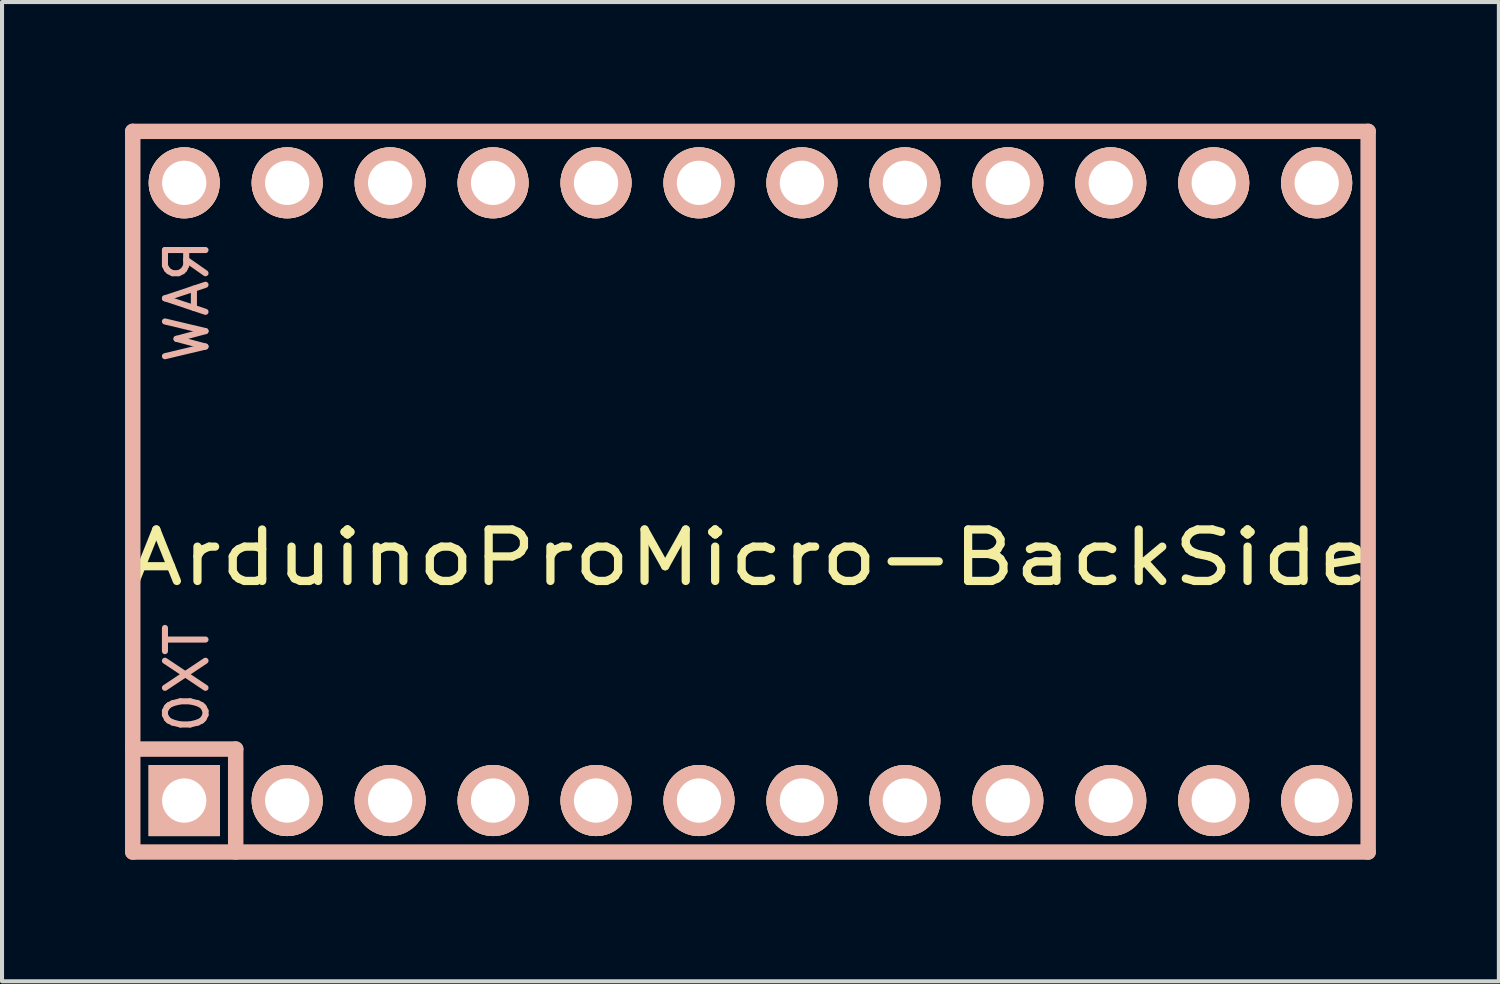
<source format=kicad_pcb>
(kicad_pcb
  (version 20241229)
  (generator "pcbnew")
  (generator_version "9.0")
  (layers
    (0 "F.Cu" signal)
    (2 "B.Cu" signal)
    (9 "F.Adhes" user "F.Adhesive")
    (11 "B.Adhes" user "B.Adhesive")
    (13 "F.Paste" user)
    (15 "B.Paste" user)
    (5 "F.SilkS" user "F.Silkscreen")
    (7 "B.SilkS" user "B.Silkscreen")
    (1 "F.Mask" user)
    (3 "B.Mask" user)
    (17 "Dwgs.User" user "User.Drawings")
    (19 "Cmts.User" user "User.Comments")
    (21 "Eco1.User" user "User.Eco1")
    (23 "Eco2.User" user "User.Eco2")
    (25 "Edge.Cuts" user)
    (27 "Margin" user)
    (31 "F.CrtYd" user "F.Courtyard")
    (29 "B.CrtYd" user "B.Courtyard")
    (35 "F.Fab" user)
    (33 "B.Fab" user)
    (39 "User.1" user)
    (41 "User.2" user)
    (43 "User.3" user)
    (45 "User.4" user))
  (footprint "ArduinoProMicro-BackSide"
    (layer "F.Cu")
    (at 15.465 9.081)
    (property "Reference" "ArduinoProMicro-BackSide" (at 0 1.625 0) (layer "F.SilkS") (effects (font (size 1.27 1.524) (thickness 0.203))))
    (attr through_hole)
    (fp_line (start -15.24 -8.89) (end -15.24 8.89) (stroke (width 0.381) (type solid)) (layer "B.SilkS"))
    (fp_line (start -15.24 6.35) (end -12.7 6.35) (stroke (width 0.381) (type solid)) (layer "B.SilkS"))
    (fp_line (start -15.24 8.89) (end 15.24 8.89) (stroke (width 0.381) (type solid)) (layer "B.SilkS"))
    (fp_line (start -12.7 6.35) (end -12.7 8.89) (stroke (width 0.381) (type solid)) (layer "B.SilkS"))
    (fp_line (start 15.24 -8.89) (end -15.24 -8.89) (stroke (width 0.381) (type solid)) (layer "B.SilkS"))
    (fp_line (start 15.24 8.89) (end 15.24 -8.89) (stroke (width 0.381) (type solid)) (layer "B.SilkS"))
    (fp_text user "TX0" (at -13.9 4.6 90) (layer "B.SilkS") (effects (font (size 1 1) (thickness 0.15)) (justify mirror)))
    (fp_text user "RAW" (at -13.9 -4.7 90) (layer "B.SilkS") (effects (font (size 1 1) (thickness 0.15)) (justify mirror)))
    (pad "1" thru_hole rect (at -13.97 7.62) (size 1.753 1.753) (drill 1.092) (layers "*.Cu" "*.SilkS" "*.Mask"))
    (pad "2" thru_hole circle (at -11.43 7.62) (size 1.753 1.753) (drill 1.092) (layers "*.Cu" "*.SilkS" "*.Mask"))
    (pad "3" thru_hole circle (at -8.89 7.62) (size 1.753 1.753) (drill 1.092) (layers "*.Cu" "*.SilkS" "*.Mask"))
    (pad "4" thru_hole circle (at -6.35 7.62) (size 1.753 1.753) (drill 1.092) (layers "*.Cu" "*.SilkS" "*.Mask"))
    (pad "5" thru_hole circle (at -3.81 7.62) (size 1.753 1.753) (drill 1.092) (layers "*.Cu" "*.SilkS" "*.Mask"))
    (pad "6" thru_hole circle (at -1.27 7.62) (size 1.753 1.753) (drill 1.092) (layers "*.Cu" "*.SilkS" "*.Mask"))
    (pad "7" thru_hole circle (at 1.27 7.62) (size 1.753 1.753) (drill 1.092) (layers "*.Cu" "*.SilkS" "*.Mask"))
    (pad "8" thru_hole circle (at 3.81 7.62) (size 1.753 1.753) (drill 1.092) (layers "*.Cu" "*.SilkS" "*.Mask"))
    (pad "9" thru_hole circle (at 6.35 7.62) (size 1.753 1.753) (drill 1.092) (layers "*.Cu" "*.SilkS" "*.Mask"))
    (pad "10" thru_hole circle (at 8.89 7.62) (size 1.753 1.753) (drill 1.092) (layers "*.Cu" "*.SilkS" "*.Mask"))
    (pad "11" thru_hole circle (at 11.43 7.62) (size 1.753 1.753) (drill 1.092) (layers "*.Cu" "*.SilkS" "*.Mask"))
    (pad "12" thru_hole circle (at 13.97 7.62) (size 1.753 1.753) (drill 1.092) (layers "*.Cu" "*.SilkS" "*.Mask"))
    (pad "13" thru_hole circle (at 13.97 -7.62) (size 1.753 1.753) (drill 1.092) (layers "*.Cu" "*.SilkS" "*.Mask"))
    (pad "14" thru_hole circle (at 11.43 -7.62) (size 1.753 1.753) (drill 1.092) (layers "*.Cu" "*.SilkS" "*.Mask"))
    (pad "15" thru_hole circle (at 8.89 -7.62) (size 1.753 1.753) (drill 1.092) (layers "*.Cu" "*.SilkS" "*.Mask"))
    (pad "16" thru_hole circle (at 6.35 -7.62) (size 1.753 1.753) (drill 1.092) (layers "*.Cu" "*.SilkS" "*.Mask"))
    (pad "17" thru_hole circle (at 3.81 -7.62) (size 1.753 1.753) (drill 1.092) (layers "*.Cu" "*.SilkS" "*.Mask"))
    (pad "18" thru_hole circle (at 1.27 -7.62) (size 1.753 1.753) (drill 1.092) (layers "*.Cu" "*.SilkS" "*.Mask"))
    (pad "19" thru_hole circle (at -1.27 -7.62) (size 1.753 1.753) (drill 1.092) (layers "*.Cu" "*.SilkS" "*.Mask"))
    (pad "20" thru_hole circle (at -3.81 -7.62) (size 1.753 1.753) (drill 1.092) (layers "*.Cu" "*.SilkS" "*.Mask"))
    (pad "21" thru_hole circle (at -6.35 -7.62) (size 1.753 1.753) (drill 1.092) (layers "*.Cu" "*.SilkS" "*.Mask"))
    (pad "22" thru_hole circle (at -8.89 -7.62) (size 1.753 1.753) (drill 1.092) (layers "*.Cu" "*.SilkS" "*.Mask"))
    (pad "23" thru_hole circle (at -11.43 -7.62) (size 1.753 1.753) (drill 1.092) (layers "*.Cu" "*.SilkS" "*.Mask"))
    (pad "24" thru_hole circle (at -13.97 -7.62) (size 1.753 1.753) (drill 1.092) (layers "*.Cu" "*.SilkS" "*.Mask")))
  (gr_rect
    (start -3 -3)
    (end 33.93 21.161)
    (stroke (width 0.1) (type default))
    (fill no)
    (layer "Edge.Cuts")))
</source>
